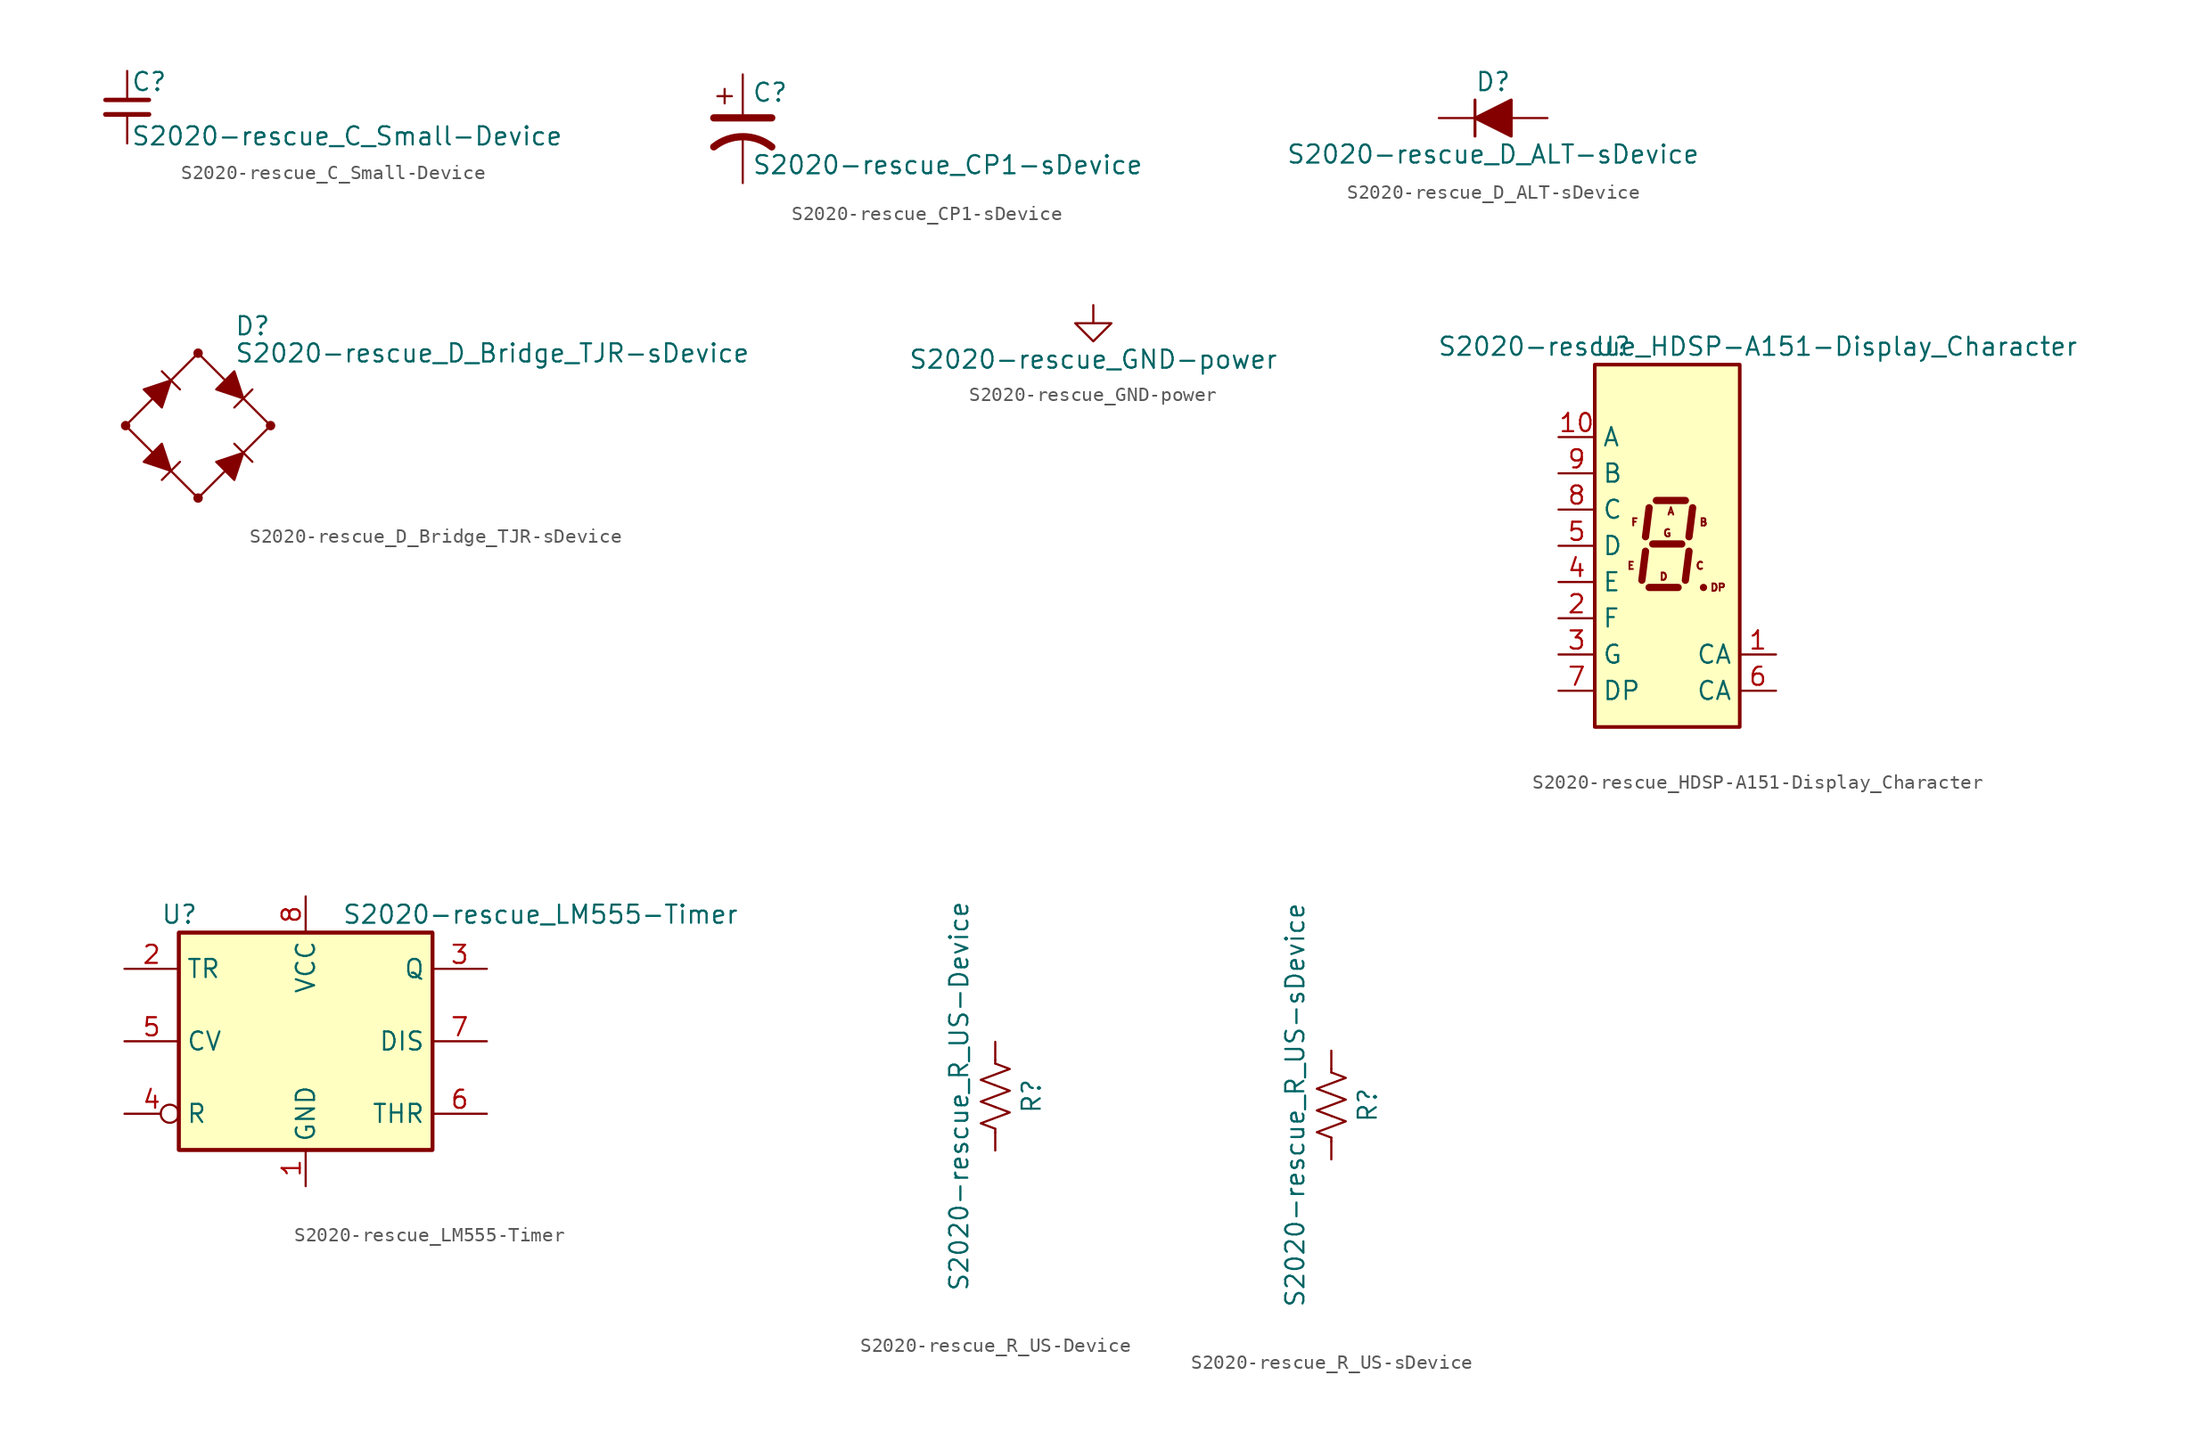
<source format=kicad_sym>
(kicad_symbol_lib
  (version 20220914)
  (generator kicad_symbol_editor)
  (symbol "S2020-rescue_C_Small-Device"
    (pin_numbers hide)
    (pin_names
      (offset 0.254) hide)
    (property "Reference" "C"
      (at 0.254 1.778 0)
      (effects (font (size 1.27 1.27)) (justify left)))
    (property "Value" "S2020-rescue_C_Small-Device"
      (at 0.254 -2.032 0)
      (effects (font (size 1.27 1.27)) (justify left)))
    (symbol "S2020-rescue_C_Small-Device_0_1"
      (polyline (pts (xy -1.524 -0.508) (xy 1.524 -0.508)) (stroke (width 0.33) (type solid)) (fill (type none)))
      (polyline (pts (xy -1.524 0.508) (xy 1.524 0.508)) (stroke (width 0.305) (type solid)) (fill (type none))))
    (symbol "S2020-rescue_C_Small-Device_1_1"
      (pin passive line (at 0 2.54 270) (length 2.032) (name "~" (effects (font (size 1.27 1.27)))) (number "1" (effects (font (size 1.27 1.27)))))
      (pin passive line (at 0 -2.54 90) (length 2.032) (name "~" (effects (font (size 1.27 1.27)))) (number "2" (effects (font (size 1.27 1.27)))))))
  (symbol "S2020-rescue_CP1-sDevice"
    (pin_numbers hide)
    (pin_names
      (offset 0.254) hide)
    (property "Reference" "C"
      (at 0.635 2.54 0)
      (effects (font (size 1.27 1.27)) (justify left)))
    (property "Value" "S2020-rescue_CP1-sDevice"
      (at 0.635 -2.54 0)
      (effects (font (size 1.27 1.27)) (justify left)))
    (symbol "S2020-rescue_CP1-sDevice_0_1"
      (polyline (pts (xy -2.032 0.762) (xy 2.032 0.762)) (stroke (width 0.508) (type solid)) (fill (type none)))
      (polyline (pts (xy -1.778 2.286) (xy -0.762 2.286)) (stroke (width 0) (type solid)) (fill (type none)))
      (polyline (pts (xy -1.27 1.778) (xy -1.27 2.794)) (stroke (width 0) (type solid)) (fill (type none)))
      (arc (start 2.032 -1.27) (mid 0 -0.5572) (end -2.032 -1.27) (stroke (width 0.508) (type solid)) (fill (type none))))
    (symbol "S2020-rescue_CP1-sDevice_1_1"
      (pin passive line (at 0 3.81 270) (length 2.794) (name "~" (effects (font (size 1.27 1.27)))) (number "1" (effects (font (size 1.27 1.27)))))
      (pin passive line (at 0 -3.81 90) (length 3.302) (name "~" (effects (font (size 1.27 1.27)))) (number "2" (effects (font (size 1.27 1.27)))))))
  (symbol "S2020-rescue_D_ALT-sDevice"
    (pin_numbers hide)
    (pin_names
      (offset 1.016) hide)
    (property "Reference" "D"
      (at 0 2.54 0)
      (effects (font (size 1.27 1.27))))
    (property "Value" "S2020-rescue_D_ALT-sDevice"
      (at 0 -2.54 0)
      (effects (font (size 1.27 1.27))))
    (symbol "S2020-rescue_D_ALT-sDevice_0_1"
      (polyline (pts (xy -1.27 1.27) (xy -1.27 -1.27)) (stroke (width 0.203) (type solid)) (fill (type none)))
      (polyline (pts (xy 1.27 0) (xy -1.27 0)) (stroke (width 0) (type solid)) (fill (type none)))
      (polyline (pts (xy 1.27 1.27) (xy 1.27 -1.27) (xy -1.27 0) (xy 1.27 1.27)) (stroke (width 0.203) (type solid)) (fill (type outline))))
    (symbol "S2020-rescue_D_ALT-sDevice_1_1"
      (pin passive line (at -3.81 0 0) (length 2.54) (name "K" (effects (font (size 1.27 1.27)))) (number "1" (effects (font (size 1.27 1.27)))))
      (pin passive line (at 3.81 0 180) (length 2.54) (name "A" (effects (font (size 1.27 1.27)))) (number "2" (effects (font (size 1.27 1.27)))))))
  (symbol "S2020-rescue_D_Bridge_TJR-sDevice"
    (pin_names
      (offset 0))
    (property "Reference" "D"
      (at 2.54 6.985 0)
      (effects (font (size 1.27 1.27)) (justify left)))
    (property "Value" "S2020-rescue_D_Bridge_TJR-sDevice"
      (at 2.54 5.08 0)
      (effects (font (size 1.27 1.27)) (justify left)))
    (symbol "S2020-rescue_D_Bridge_TJR-sDevice_0_1"
      (circle (center -5.08 0) (radius 0.254) (stroke (width 0) (type solid)) (fill (type outline)))
      (circle (center 0 -5.08) (radius 0.254) (stroke (width 0) (type solid)) (fill (type outline)))
      (polyline (pts (xy -2.54 3.81) (xy -1.27 2.54)) (stroke (width 0) (type solid)) (fill (type none)))
      (polyline (pts (xy -1.27 -2.54) (xy -2.54 -3.81)) (stroke (width 0) (type solid)) (fill (type none)))
      (polyline (pts (xy 2.54 -1.27) (xy 3.81 -2.54)) (stroke (width 0) (type solid)) (fill (type none)))
      (polyline (pts (xy 2.54 1.27) (xy 3.81 2.54)) (stroke (width 0) (type solid)) (fill (type none)))
      (polyline (pts (xy -3.81 2.54) (xy -2.54 1.27) (xy -1.905 3.175) (xy -3.81 2.54)) (stroke (width 0) (type solid)) (fill (type outline)))
      (polyline (pts (xy -2.54 -1.27) (xy -3.81 -2.54) (xy -1.905 -3.175) (xy -2.54 -1.27)) (stroke (width 0) (type solid)) (fill (type outline)))
      (polyline (pts (xy 1.27 2.54) (xy 2.54 3.81) (xy 3.175 1.905) (xy 1.27 2.54)) (stroke (width 0) (type solid)) (fill (type outline)))
      (polyline (pts (xy 3.175 -1.905) (xy 1.27 -2.54) (xy 2.54 -3.81) (xy 3.175 -1.905)) (stroke (width 0) (type solid)) (fill (type outline)))
      (polyline (pts (xy -5.08 0) (xy 0 -5.08) (xy 5.08 0) (xy 0 5.08) (xy -5.08 0)) (stroke (width 0) (type solid)) (fill (type none)))
      (circle (center 0 5.08) (radius 0.254) (stroke (width 0) (type solid)) (fill (type outline)))
      (circle (center 5.08 0) (radius 0.254) (stroke (width 0) (type solid)) (fill (type outline))))
    (symbol "S2020-rescue_D_Bridge_TJR-sDevice_1_1"
      (pin passive line (at 0 5.08 180) (length 0) hide (name "~" (effects (font (size 1.27 1.27)))) (number "1" (effects (font (size 1.27 1.27)))))
      (pin passive line (at 0 -5.08 180) (length 0) hide (name "~" (effects (font (size 1.27 1.27)))) (number "2" (effects (font (size 1.27 1.27)))))
      (pin passive line (at -5.08 0 0) (length 0) hide (name "-" (effects (font (size 1.27 1.27)))) (number "3" (effects (font (size 1.27 1.27)))))
      (pin passive line (at 5.08 0 180) (length 0) hide (name "+" (effects (font (size 1.27 1.27)))) (number "4" (effects (font (size 1.27 1.27)))))))
  (symbol "S2020-rescue_GND-power"
    (power)
    (pin_names
      (offset 0))
    (property "Reference" "#PWR"
      (at 0 -6.35 0)
      (effects (font (size 1.27 1.27)) hide))
    (property "Value" "S2020-rescue_GND-power"
      (at 0 -3.81 0)
      (effects (font (size 1.27 1.27))))
    (symbol "S2020-rescue_GND-power_0_1"
      (polyline (pts (xy 0 0) (xy 0 -1.27) (xy 1.27 -1.27) (xy 0 -2.54) (xy -1.27 -1.27) (xy 0 -1.27)) (stroke (width 0) (type solid)) (fill (type none))))
    (symbol "S2020-rescue_GND-power_1_1"
      (pin power_in line (at 0 0 270) (length 0) hide (name "GND" (effects (font (size 1.27 1.27)))) (number "1" (effects (font (size 1.27 1.27)))))))
  (symbol "S2020-rescue_HDSP-A151-Display_Character"
    (property "Reference" "U"
      (at -3.81 13.97 0)
      (effects (font (size 1.27 1.27))))
    (property "Value" "S2020-rescue_HDSP-A151-Display_Character"
      (at 6.35 13.97 0)
      (effects (font (size 1.27 1.27))))
    (symbol "S2020-rescue_HDSP-A151-Display_Character_1_0"
      (text "A" (at 0.254 2.413 0) (effects (font (size 0.508 0.508))))
      (text "B" (at 2.54 1.651 0) (effects (font (size 0.508 0.508))))
      (text "C" (at 2.286 -1.397 0) (effects (font (size 0.508 0.508))))
      (text "D" (at -0.254 -2.159 0) (effects (font (size 0.508 0.508))))
      (text "DP" (at 3.556 -2.921 0) (effects (font (size 0.508 0.508))))
      (text "E" (at -2.54 -1.397 0) (effects (font (size 0.508 0.508))))
      (text "F" (at -2.286 1.651 0) (effects (font (size 0.508 0.508))))
      (text "G" (at 0 0.889 0) (effects (font (size 0.508 0.508)))))
    (symbol "S2020-rescue_HDSP-A151-Display_Character_1_1"
      (rectangle (start -5.08 12.7) (end 5.08 -12.7) (stroke (width 0.254) (type solid)) (fill (type background)))
      (polyline (pts (xy -1.524 -0.381) (xy -1.778 -2.413)) (stroke (width 0.508) (type solid)) (fill (type none)))
      (polyline (pts (xy -1.27 -2.921) (xy 0.762 -2.921)) (stroke (width 0.508) (type solid)) (fill (type none)))
      (polyline (pts (xy -1.27 2.667) (xy -1.524 0.635)) (stroke (width 0.508) (type solid)) (fill (type none)))
      (polyline (pts (xy -1.016 0.127) (xy 1.016 0.127)) (stroke (width 0.508) (type solid)) (fill (type none)))
      (polyline (pts (xy -0.762 3.175) (xy 1.27 3.175)) (stroke (width 0.508) (type solid)) (fill (type none)))
      (polyline (pts (xy 1.524 -0.381) (xy 1.27 -2.413)) (stroke (width 0.508) (type solid)) (fill (type none)))
      (polyline (pts (xy 1.778 2.667) (xy 1.524 0.635)) (stroke (width 0.508) (type solid)) (fill (type none)))
      (polyline (pts (xy 2.54 -2.921) (xy 2.54 -2.921)) (stroke (width 0.508) (type solid)) (fill (type none)))
      (pin input line (at 7.62 -7.62 180) (length 2.54) (name "CA" (effects (font (size 1.27 1.27)))) (number "1" (effects (font (size 1.27 1.27)))))
      (pin input line (at -7.62 7.62 0) (length 2.54) (name "A" (effects (font (size 1.27 1.27)))) (number "10" (effects (font (size 1.27 1.27)))))
      (pin input line (at -7.62 -5.08 0) (length 2.54) (name "F" (effects (font (size 1.27 1.27)))) (number "2" (effects (font (size 1.27 1.27)))))
      (pin input line (at -7.62 -7.62 0) (length 2.54) (name "G" (effects (font (size 1.27 1.27)))) (number "3" (effects (font (size 1.27 1.27)))))
      (pin input line (at -7.62 -2.54 0) (length 2.54) (name "E" (effects (font (size 1.27 1.27)))) (number "4" (effects (font (size 1.27 1.27)))))
      (pin input line (at -7.62 0 0) (length 2.54) (name "D" (effects (font (size 1.27 1.27)))) (number "5" (effects (font (size 1.27 1.27)))))
      (pin input line (at 7.62 -10.16 180) (length 2.54) (name "CA" (effects (font (size 1.27 1.27)))) (number "6" (effects (font (size 1.27 1.27)))))
      (pin input line (at -7.62 -10.16 0) (length 2.54) (name "DP" (effects (font (size 1.27 1.27)))) (number "7" (effects (font (size 1.27 1.27)))))
      (pin input line (at -7.62 2.54 0) (length 2.54) (name "C" (effects (font (size 1.27 1.27)))) (number "8" (effects (font (size 1.27 1.27)))))
      (pin input line (at -7.62 5.08 0) (length 2.54) (name "B" (effects (font (size 1.27 1.27)))) (number "9" (effects (font (size 1.27 1.27)))))))
  (symbol "S2020-rescue_LM555-Timer"
    (property "Reference" "U"
      (at -10.16 8.89 0)
      (effects (font (size 1.27 1.27)) (justify left)))
    (property "Value" "S2020-rescue_LM555-Timer"
      (at 2.54 8.89 0)
      (effects (font (size 1.27 1.27)) (justify left)))
    (symbol "S2020-rescue_LM555-Timer_0_0"
      (pin power_in line (at 0 -10.16 90) (length 2.54) (name "GND" (effects (font (size 1.27 1.27)))) (number "1" (effects (font (size 1.27 1.27)))))
      (pin power_in line (at 0 10.16 270) (length 2.54) (name "VCC" (effects (font (size 1.27 1.27)))) (number "8" (effects (font (size 1.27 1.27))))))
    (symbol "S2020-rescue_LM555-Timer_0_1"
      (rectangle (start -8.89 -7.62) (end 8.89 7.62) (stroke (width 0.254) (type solid)) (fill (type background)))
      (rectangle (start -8.89 -7.62) (end 8.89 7.62) (stroke (width 0.254) (type solid)) (fill (type background))))
    (symbol "S2020-rescue_LM555-Timer_1_1"
      (pin input line (at -12.7 5.08 0) (length 3.81) (name "TR" (effects (font (size 1.27 1.27)))) (number "2" (effects (font (size 1.27 1.27)))))
      (pin output line (at 12.7 5.08 180) (length 3.81) (name "Q" (effects (font (size 1.27 1.27)))) (number "3" (effects (font (size 1.27 1.27)))))
      (pin input inverted (at -12.7 -5.08 0) (length 3.81) (name "R" (effects (font (size 1.27 1.27)))) (number "4" (effects (font (size 1.27 1.27)))))
      (pin input line (at -12.7 0 0) (length 3.81) (name "CV" (effects (font (size 1.27 1.27)))) (number "5" (effects (font (size 1.27 1.27)))))
      (pin input line (at 12.7 -5.08 180) (length 3.81) (name "THR" (effects (font (size 1.27 1.27)))) (number "6" (effects (font (size 1.27 1.27)))))
      (pin input line (at 12.7 0 180) (length 3.81) (name "DIS" (effects (font (size 1.27 1.27)))) (number "7" (effects (font (size 1.27 1.27)))))))
  (symbol "S2020-rescue_R_US-Device"
    (pin_numbers hide)
    (pin_names
      (offset 0))
    (property "Reference" "R"
      (at 2.54 0 90)
      (effects (font (size 1.27 1.27))))
    (property "Value" "S2020-rescue_R_US-Device"
      (at -2.54 0 90)
      (effects (font (size 1.27 1.27))))
    (symbol "S2020-rescue_R_US-Device_0_1"
      (polyline (pts (xy 0 -2.286) (xy 0 -2.54)) (stroke (width 0) (type solid)) (fill (type none)))
      (polyline (pts (xy 0 2.286) (xy 0 2.54)) (stroke (width 0) (type solid)) (fill (type none)))
      (polyline (pts (xy 0 -0.762) (xy 1.016 -1.143) (xy 0 -1.524) (xy -1.016 -1.905) (xy 0 -2.286)) (stroke (width 0) (type solid)) (fill (type none)))
      (polyline (pts (xy 0 0.762) (xy 1.016 0.381) (xy 0 0) (xy -1.016 -0.381) (xy 0 -0.762)) (stroke (width 0) (type solid)) (fill (type none)))
      (polyline (pts (xy 0 2.286) (xy 1.016 1.905) (xy 0 1.524) (xy -1.016 1.143) (xy 0 0.762)) (stroke (width 0) (type solid)) (fill (type none))))
    (symbol "S2020-rescue_R_US-Device_1_1"
      (pin passive line (at 0 3.81 270) (length 1.27) (name "~" (effects (font (size 1.27 1.27)))) (number "1" (effects (font (size 1.27 1.27)))))
      (pin passive line (at 0 -3.81 90) (length 1.27) (name "~" (effects (font (size 1.27 1.27)))) (number "2" (effects (font (size 1.27 1.27)))))))
  (symbol "S2020-rescue_R_US-sDevice"
    (pin_numbers hide)
    (pin_names
      (offset 0))
    (property "Reference" "R"
      (at 2.54 0 90)
      (effects (font (size 1.27 1.27))))
    (property "Value" "S2020-rescue_R_US-sDevice"
      (at -2.54 0 90)
      (effects (font (size 1.27 1.27))))
    (symbol "S2020-rescue_R_US-sDevice_0_1"
      (polyline (pts (xy 0 -2.286) (xy 0 -2.54)) (stroke (width 0) (type solid)) (fill (type none)))
      (polyline (pts (xy 0 2.286) (xy 0 2.54)) (stroke (width 0) (type solid)) (fill (type none)))
      (polyline (pts (xy 0 -0.762) (xy 1.016 -1.143) (xy 0 -1.524) (xy -1.016 -1.905) (xy 0 -2.286)) (stroke (width 0) (type solid)) (fill (type none)))
      (polyline (pts (xy 0 0.762) (xy 1.016 0.381) (xy 0 0) (xy -1.016 -0.381) (xy 0 -0.762)) (stroke (width 0) (type solid)) (fill (type none)))
      (polyline (pts (xy 0 2.286) (xy 1.016 1.905) (xy 0 1.524) (xy -1.016 1.143) (xy 0 0.762)) (stroke (width 0) (type solid)) (fill (type none))))
    (symbol "S2020-rescue_R_US-sDevice_1_1"
      (pin passive line (at 0 3.81 270) (length 1.27) (name "~" (effects (font (size 1.27 1.27)))) (number "1" (effects (font (size 1.27 1.27)))))
      (pin passive line (at 0 -3.81 90) (length 1.27) (name "~" (effects (font (size 1.27 1.27)))) (number "2" (effects (font (size 1.27 1.27))))))))
</source>
